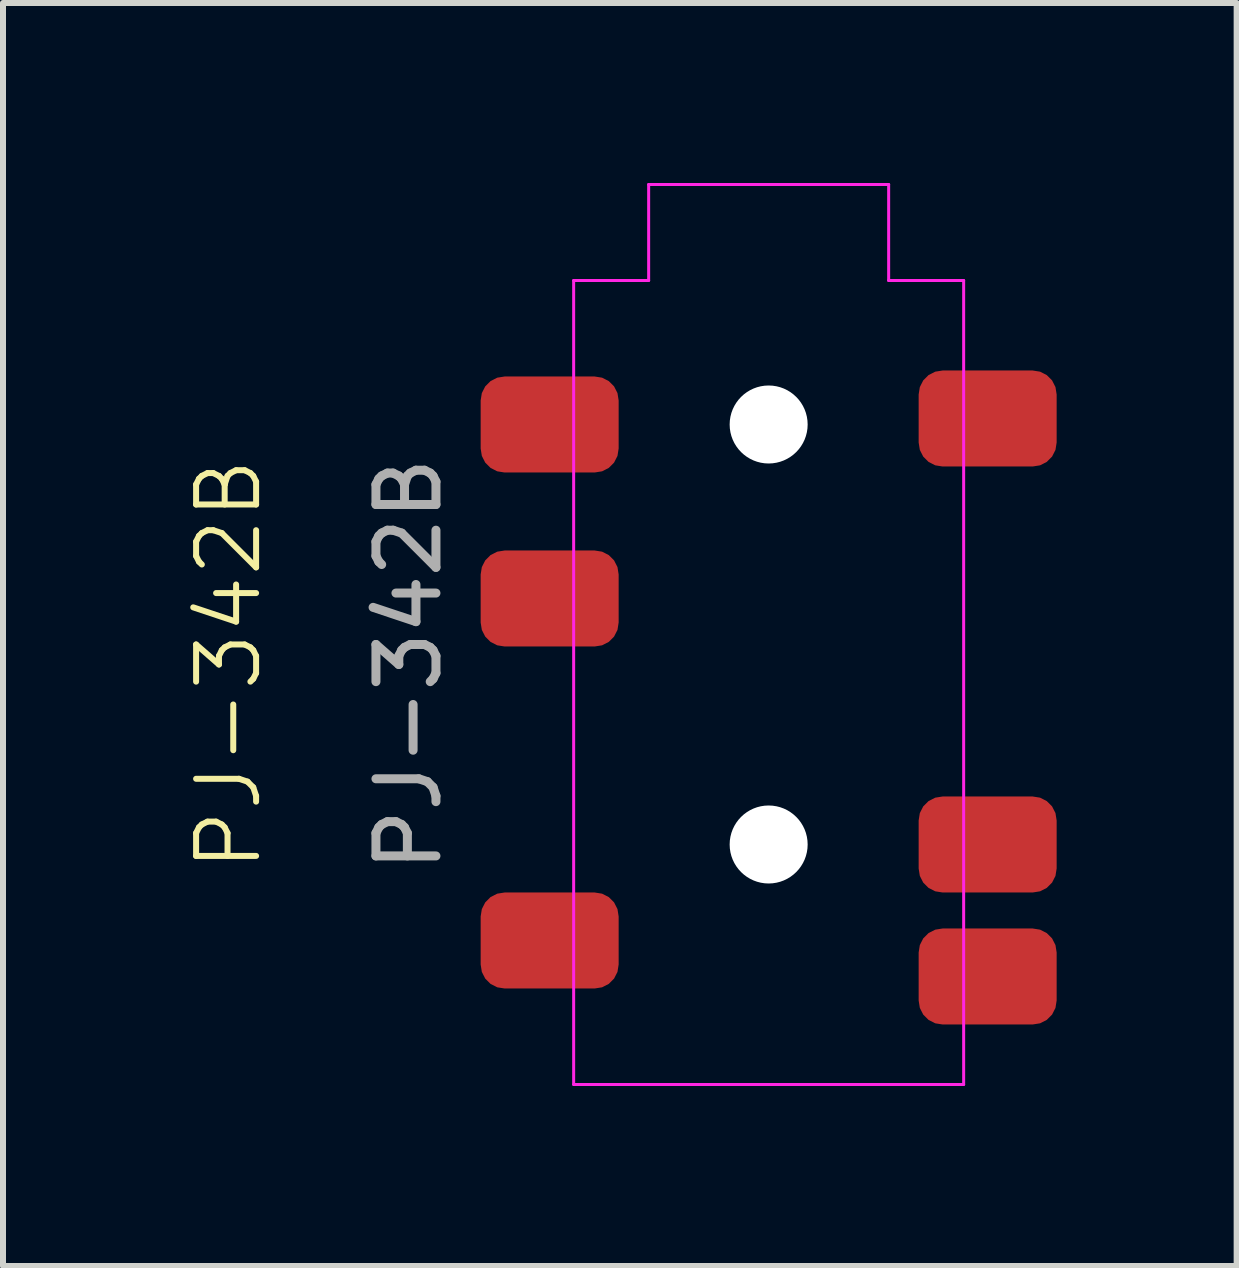
<source format=kicad_pcb>
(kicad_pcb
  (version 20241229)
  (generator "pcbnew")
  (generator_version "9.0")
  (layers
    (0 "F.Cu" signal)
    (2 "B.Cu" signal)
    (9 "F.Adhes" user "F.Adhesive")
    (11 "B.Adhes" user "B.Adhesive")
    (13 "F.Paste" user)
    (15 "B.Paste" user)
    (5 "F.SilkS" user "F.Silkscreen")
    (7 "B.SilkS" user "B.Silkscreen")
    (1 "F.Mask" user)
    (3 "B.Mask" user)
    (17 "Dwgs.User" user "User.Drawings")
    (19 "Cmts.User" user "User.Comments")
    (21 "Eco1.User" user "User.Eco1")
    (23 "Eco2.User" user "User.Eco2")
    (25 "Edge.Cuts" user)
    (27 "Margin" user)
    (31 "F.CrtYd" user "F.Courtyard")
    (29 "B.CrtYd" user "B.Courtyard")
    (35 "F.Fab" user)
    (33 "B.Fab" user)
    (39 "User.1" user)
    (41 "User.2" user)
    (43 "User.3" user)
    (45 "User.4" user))
  (footprint "PJ-342B"
    (layer "F.Cu")
    (at 9.761 4.025)
    (property "Reference" "PJ-342B" (at -9 4 90) (unlocked yes) (layer "F.SilkS") (effects (font (size 1 1) (thickness 0.1))))
    (attr smd)
    (fp_line (start -3.25 -2.4) (end -3.25 11) (stroke (width 0.05) (type default)) (layer "F.CrtYd"))
    (fp_line (start -3.25 -2.4) (end -2 -2.4) (stroke (width 0.05) (type default)) (layer "F.CrtYd"))
    (fp_line (start -3.25 11) (end 3.25 11) (stroke (width 0.05) (type default)) (layer "F.CrtYd"))
    (fp_line (start -2 -4) (end 2 -4) (stroke (width 0.05) (type default)) (layer "F.CrtYd"))
    (fp_line (start -2 -2.4) (end -2 -4) (stroke (width 0.05) (type default)) (layer "F.CrtYd"))
    (fp_line (start 2 -4) (end 2 -2.4) (stroke (width 0.05) (type default)) (layer "F.CrtYd"))
    (fp_line (start 2 -2.4) (end 3.25 -2.4) (stroke (width 0.05) (type default)) (layer "F.CrtYd"))
    (fp_line (start 3.25 11) (end 3.25 -2.4) (stroke (width 0.05) (type default)) (layer "F.CrtYd"))
    (fp_text user "${REFERENCE}" (at -6 4 90) (unlocked yes) (layer "F.Fab") (effects (font (size 1 1) (thickness 0.15))))
    (pad "" np_thru_hole circle (at 0 0) (size 1.3 1.3) (drill 1.3) (layers "*.Cu" "*.Mask"))
    (pad "" np_thru_hole circle (at 0 7) (size 1.3 1.3) (drill 1.3) (layers "*.Cu" "*.Mask"))
    (pad "R1" smd roundrect (at -3.65 2.9) (size 2.3 1.6) (layers "F.Cu" "F.Mask" "F.Paste") (roundrect_rratio 0.25))
    (pad "R1" smd roundrect (at -3.65 8.6) (size 2.3 1.6) (layers "F.Cu" "F.Mask" "F.Paste") (roundrect_rratio 0.25))
    (pad "R2" smd roundrect (at 3.65 -0.1) (size 2.3 1.6) (layers "F.Cu" "F.Mask" "F.Paste") (roundrect_rratio 0.25))
    (pad "S" smd roundrect (at -3.65 0) (size 2.3 1.6) (layers "F.Cu" "F.Mask" "F.Paste") (roundrect_rratio 0.25))
    (pad "T" smd roundrect (at 3.65 7) (size 2.3 1.6) (layers "F.Cu" "F.Mask" "F.Paste") (roundrect_rratio 0.25))
    (pad "T" smd roundrect (at 3.65 9.2) (size 2.3 1.6) (layers "F.Cu" "F.Mask" "F.Paste") (roundrect_rratio 0.25)))
  (gr_rect
    (start -3 -3)
    (end 17.561 18.05)
    (stroke (width 0.1) (type default))
    (fill no)
    (layer "Edge.Cuts")))
</source>
